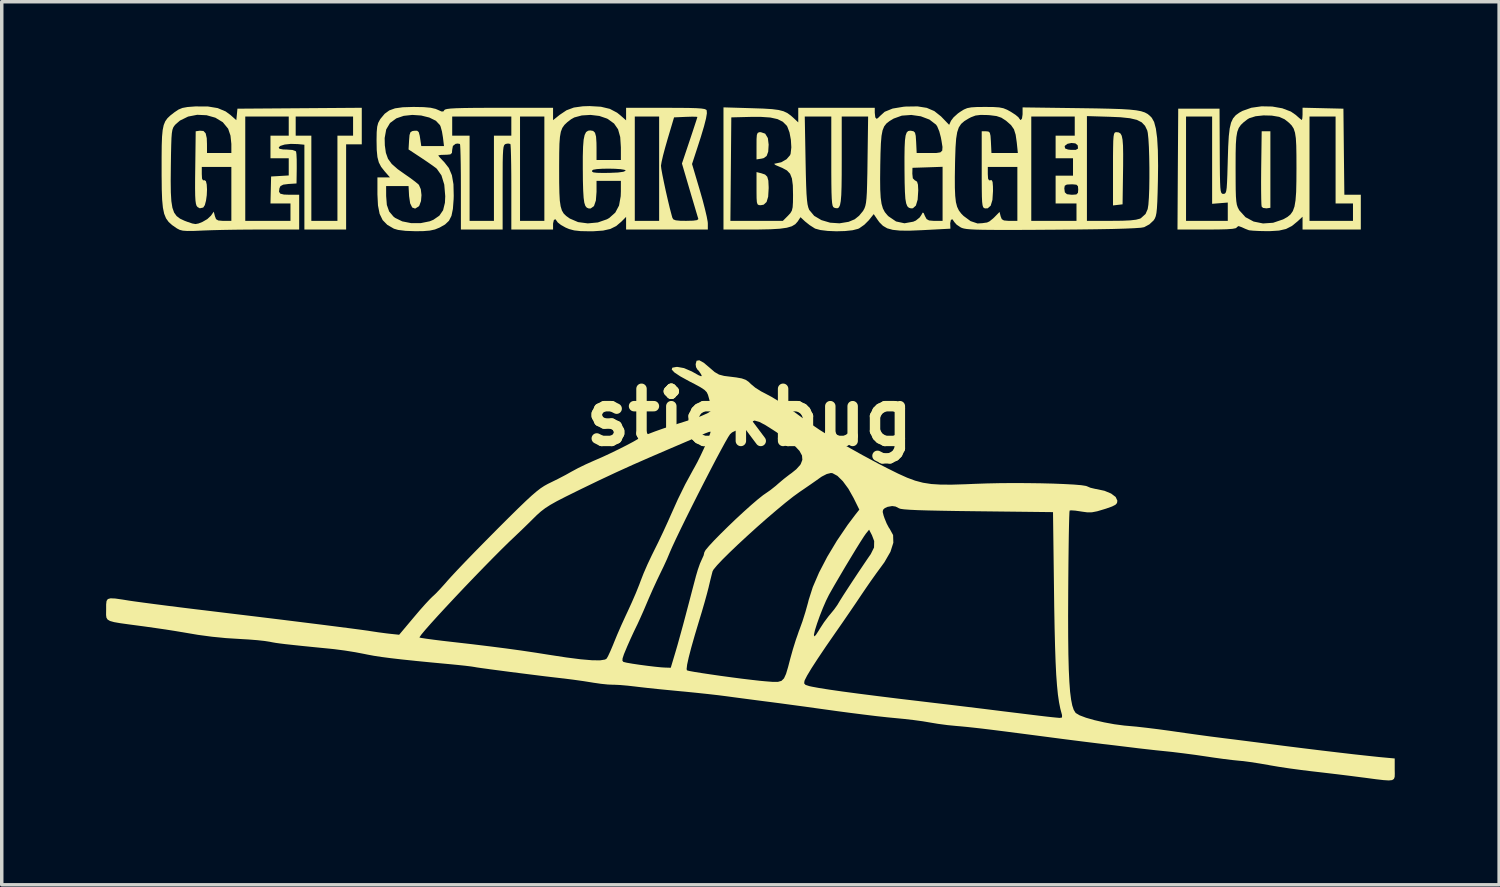
<source format=kicad_pcb>
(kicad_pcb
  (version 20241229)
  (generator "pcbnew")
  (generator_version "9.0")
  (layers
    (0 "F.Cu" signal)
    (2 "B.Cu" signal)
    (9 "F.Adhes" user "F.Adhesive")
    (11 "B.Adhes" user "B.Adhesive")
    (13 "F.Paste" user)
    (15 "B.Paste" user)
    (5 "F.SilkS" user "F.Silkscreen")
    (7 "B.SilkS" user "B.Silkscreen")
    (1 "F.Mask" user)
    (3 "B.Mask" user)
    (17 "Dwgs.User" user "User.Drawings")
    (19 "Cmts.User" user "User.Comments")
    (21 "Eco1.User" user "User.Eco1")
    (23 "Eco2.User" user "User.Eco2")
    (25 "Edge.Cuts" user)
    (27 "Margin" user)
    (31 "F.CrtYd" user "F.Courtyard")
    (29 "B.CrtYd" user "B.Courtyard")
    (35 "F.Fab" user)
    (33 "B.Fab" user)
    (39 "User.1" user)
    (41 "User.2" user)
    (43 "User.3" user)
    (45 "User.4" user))
  (footprint "stickbug"
    (layer "F.Cu")
    (at 18.502 8.95)
    (property "Reference" "stickbug" (at 0 0 0) (layer "F.SilkS") (effects (font (size 1.5 1.5) (thickness 0.3))))
    (attr board_only exclude_from_pos_files exclude_from_bom)
    (fp_poly (pts (xy 0.449 -8.157) (xy 0.526 -8.03) (xy 0.549 -7.841) (xy 0.536 -7.638) (xy 0.491 -7.515) (xy 0.405 -7.453) (xy 0.345 -7.439) (xy 0.2 -7.417) (xy 0.2 -7.809) (xy 0.201 -8.004) (xy 0.21 -8.121) (xy 0.233 -8.178) (xy 0.275 -8.198) (xy 0.323 -8.2)) (stroke (width 0) (type solid)) (fill yes) (layer "F.SilkS"))
    (fp_poly (pts (xy 14.975 -7.125) (xy 14.975 -6.025) (xy 14.862 -6.009) (xy 14.764 -6.022) (xy 14.724 -6.06) (xy 14.717 -6.129) (xy 14.712 -6.281) (xy 14.709 -6.502) (xy 14.708 -6.775) (xy 14.71 -7.084) (xy 14.711 -7.176) (xy 14.725 -8.225) (xy 14.85 -8.225) (xy 14.975 -8.225)) (stroke (width 0) (type solid)) (fill yes) (layer "F.SilkS"))
    (fp_poly (pts (xy 0.338 -7.018) (xy 0.446 -6.981) (xy 0.509 -6.918) (xy 0.54 -6.806) (xy 0.549 -6.622) (xy 0.549 -6.584) (xy 0.535 -6.345) (xy 0.489 -6.192) (xy 0.406 -6.115) (xy 0.323 -6.1) (xy 0.266 -6.103) (xy 0.23 -6.126) (xy 0.21 -6.187) (xy 0.202 -6.305) (xy 0.2 -6.499) (xy 0.2 -6.576) (xy 0.2 -7.052)) (stroke (width 0) (type solid)) (fill yes) (layer "F.SilkS"))
    (fp_poly (pts (xy 10.612 -8.193) (xy 10.664 -8.162) (xy 10.701 -8.096) (xy 10.724 -7.984) (xy 10.738 -7.812) (xy 10.742 -7.568) (xy 10.741 -7.242) (xy 10.739 -7.094) (xy 10.725 -6.125) (xy 10.588 -6.109) (xy 10.45 -6.093) (xy 10.45 -7.147) (xy 10.45 -7.497) (xy 10.453 -7.76) (xy 10.457 -7.947) (xy 10.466 -8.073) (xy 10.48 -8.148) (xy 10.5 -8.186) (xy 10.527 -8.199) (xy 10.544 -8.2)) (stroke (width 0) (type solid)) (fill yes) (layer "F.SilkS"))
    (fp_poly (pts (xy 15.028 -8.937) (xy 15.318 -8.886) (xy 15.565 -8.792) (xy 15.705 -8.695) (xy 15.805 -8.606) (xy 15.87 -8.555) (xy 15.88 -8.55) (xy 15.893 -8.594) (xy 15.897 -8.65) (xy 16.1 -8.65) (xy 16.1 -7.15) (xy 16.1 -5.65) (xy 16.725 -5.65) (xy 17.35 -5.65) (xy 17.35 -5.9) (xy 17.35 -6.15) (xy 17.1 -6.15) (xy 16.85 -6.15) (xy 16.85 -7.4) (xy 16.85 -8.65) (xy 16.475 -8.65) (xy 16.1 -8.65) (xy 15.897 -8.65) (xy 15.9 -8.702) (xy 15.9 -8.727) (xy 15.9 -8.903) (xy 16.488 -8.889) (xy 17.075 -8.875) (xy 17.088 -7.638) (xy 17.102 -6.4) (xy 17.338 -6.4) (xy 17.575 -6.4) (xy 17.575 -5.9) (xy 17.575 -5.4) (xy 16.738 -5.4) (xy 15.9 -5.4) (xy 15.9 -5.584) (xy 15.9 -5.769) (xy 15.762 -5.64) (xy 15.595 -5.503) (xy 15.424 -5.416) (xy 15.222 -5.37) (xy 14.959 -5.354) (xy 14.865 -5.354) (xy 14.658 -5.358) (xy 14.484 -5.367) (xy 14.371 -5.378) (xy 14.35 -5.383) (xy 14.248 -5.423) (xy 14.154 -5.466) (xy 14.06 -5.5) (xy 14.017 -5.473) (xy 14.013 -5.463) (xy 13.977 -5.438) (xy 13.882 -5.42) (xy 13.717 -5.408) (xy 13.472 -5.402) (xy 13.148 -5.4) (xy 12.304 -5.4) (xy 12.314 -7.138) (xy 12.324 -8.65) (xy 12.55 -8.65) (xy 12.55 -7.15) (xy 12.55 -5.65) (xy 13.15 -5.65) (xy 13.75 -5.65) (xy 13.75 -5.913) (xy 13.75 -6.176) (xy 13.525 -6.158) (xy 13.3 -6.14) (xy 13.3 -7.395) (xy 13.3 -8.65) (xy 12.925 -8.65) (xy 12.55 -8.65) (xy 12.324 -8.65) (xy 12.325 -8.875) (xy 12.919 -8.875) (xy 13.513 -8.875) (xy 13.519 -7.65) (xy 13.521 -7.269) (xy 13.524 -6.977) (xy 13.529 -6.761) (xy 13.536 -6.61) (xy 13.547 -6.513) (xy 13.564 -6.458) (xy 13.585 -6.432) (xy 13.614 -6.425) (xy 13.625 -6.425) (xy 13.659 -6.43) (xy 13.685 -6.452) (xy 13.705 -6.505) (xy 13.719 -6.601) (xy 13.729 -6.755) (xy 13.738 -6.978) (xy 13.743 -7.159) (xy 13.975 -7.159) (xy 13.976 -6.81) (xy 13.978 -6.546) (xy 13.984 -6.352) (xy 13.995 -6.213) (xy 14.011 -6.114) (xy 14.036 -6.039) (xy 14.069 -5.975) (xy 14.086 -5.947) (xy 14.26 -5.755) (xy 14.493 -5.63) (xy 14.764 -5.575) (xy 15.054 -5.595) (xy 15.341 -5.692) (xy 15.35 -5.697) (xy 15.466 -5.762) (xy 15.555 -5.836) (xy 15.621 -5.931) (xy 15.668 -6.062) (xy 15.698 -6.241) (xy 15.716 -6.481) (xy 15.723 -6.795) (xy 15.725 -7.159) (xy 15.724 -7.529) (xy 15.719 -7.813) (xy 15.707 -8.027) (xy 15.683 -8.185) (xy 15.644 -8.303) (xy 15.586 -8.394) (xy 15.507 -8.473) (xy 15.402 -8.556) (xy 15.381 -8.572) (xy 15.228 -8.64) (xy 15.015 -8.676) (xy 14.778 -8.682) (xy 14.551 -8.658) (xy 14.37 -8.602) (xy 14.319 -8.572) (xy 14.209 -8.487) (xy 14.126 -8.408) (xy 14.065 -8.32) (xy 14.023 -8.208) (xy 13.997 -8.058) (xy 13.982 -7.855) (xy 13.976 -7.583) (xy 13.975 -7.229) (xy 13.975 -7.159) (xy 13.743 -7.159) (xy 13.747 -7.284) (xy 13.75 -7.4) (xy 13.762 -7.784) (xy 13.779 -8.081) (xy 13.805 -8.306) (xy 13.844 -8.473) (xy 13.901 -8.595) (xy 13.979 -8.687) (xy 14.082 -8.761) (xy 14.175 -8.812) (xy 14.429 -8.902) (xy 14.722 -8.943)) (stroke (width 0) (type solid)) (fill yes) (layer "F.SilkS"))
    (fp_poly (pts (xy -15.577 -8.939) (xy -15.293 -8.892) (xy -15.064 -8.796) (xy -14.928 -8.696) (xy -14.757 -8.545) (xy -14.747 -8.65) (xy -14.5 -8.65) (xy -14.5 -7.15) (xy -14.5 -5.65) (xy -13.85 -5.65) (xy -13.2 -5.65) (xy -13.2 -5.9) (xy -13.2 -6.15) (xy -13.488 -6.15) (xy -13.775 -6.15) (xy -13.766 -6.537) (xy -13.757 -6.925) (xy -13.504 -6.94) (xy -13.25 -6.955) (xy -13.25 -7.203) (xy -13.25 -7.45) (xy -13.512 -7.45) (xy -13.775 -7.45) (xy -13.775 -7.775) (xy -13.775 -8.1) (xy -13.512 -8.1) (xy -13.25 -8.1) (xy -13.25 -8.375) (xy -13.25 -8.65) (xy -13.05 -8.65) (xy -13.05 -8.375) (xy -13.05 -8.1) (xy -12.825 -8.1) (xy -12.6 -8.1) (xy -12.6 -6.875) (xy -12.6 -5.65) (xy -12.225 -5.65) (xy -11.85 -5.65) (xy -11.85 -6.875) (xy -11.85 -8.1) (xy -11.625 -8.1) (xy -11.4 -8.1) (xy -11.4 -8.375) (xy -11.4 -8.65) (xy -12.225 -8.65) (xy -13.05 -8.65) (xy -13.25 -8.65) (xy -13.875 -8.65) (xy -14.5 -8.65) (xy -14.747 -8.65) (xy -14.741 -8.71) (xy -14.725 -8.875) (xy -12.938 -8.888) (xy -11.15 -8.901) (xy -11.15 -8.376) (xy -11.15 -7.85) (xy -11.375 -7.85) (xy -11.6 -7.85) (xy -11.6 -6.625) (xy -11.6 -5.4) (xy -12.2 -5.4) (xy -12.8 -5.4) (xy -12.8 -6.62) (xy -12.8 -7.839) (xy -12.988 -7.857) (xy -13.19 -7.863) (xy -13.367 -7.844) (xy -13.493 -7.805) (xy -13.538 -7.763) (xy -13.517 -7.722) (xy -13.414 -7.703) (xy -13.31 -7.7) (xy -13.143 -7.688) (xy -13.049 -7.653) (xy -13.038 -7.638) (xy -13.028 -7.561) (xy -13.021 -7.413) (xy -13.02 -7.219) (xy -13.02 -7.15) (xy -13.026 -6.725) (xy -13.258 -6.71) (xy -13.408 -6.691) (xy -13.486 -6.651) (xy -13.517 -6.589) (xy -13.53 -6.489) (xy -13.493 -6.432) (xy -13.389 -6.406) (xy -13.222 -6.4) (xy -12.95 -6.4) (xy -12.95 -5.9) (xy -12.95 -5.4) (xy -14.042 -5.4) (xy -14.41 -5.399) (xy -14.788 -5.395) (xy -15.149 -5.389) (xy -15.465 -5.381) (xy -15.712 -5.372) (xy -15.73 -5.371) (xy -15.989 -5.36) (xy -16.17 -5.359) (xy -16.294 -5.368) (xy -16.383 -5.39) (xy -16.457 -5.428) (xy -16.475 -5.439) (xy -16.603 -5.528) (xy -16.703 -5.618) (xy -16.778 -5.722) (xy -16.832 -5.855) (xy -16.868 -6.029) (xy -16.89 -6.258) (xy -16.901 -6.556) (xy -16.903 -6.797) (xy -16.644 -6.797) (xy -16.64 -6.469) (xy -16.625 -6.216) (xy -16.595 -6.027) (xy -16.546 -5.888) (xy -16.474 -5.788) (xy -16.377 -5.714) (xy -16.25 -5.654) (xy -16.166 -5.622) (xy -16.023 -5.574) (xy -15.93 -5.558) (xy -15.845 -5.574) (xy -15.73 -5.62) (xy -15.592 -5.7) (xy -15.488 -5.797) (xy -15.484 -5.802) (xy -15.406 -5.914) (xy -15.372 -5.782) (xy -15.34 -5.699) (xy -15.277 -5.661) (xy -15.152 -5.65) (xy -15.12 -5.65) (xy -14.9 -5.65) (xy -14.9 -6.425) (xy -14.9 -7.2) (xy -15.325 -7.2) (xy -15.75 -7.2) (xy -15.75 -6.995) (xy -15.743 -6.865) (xy -15.715 -6.815) (xy -15.673 -6.819) (xy -15.632 -6.793) (xy -15.608 -6.696) (xy -15.6 -6.552) (xy -15.607 -6.388) (xy -15.629 -6.229) (xy -15.663 -6.102) (xy -15.708 -6.033) (xy -15.807 -6.011) (xy -15.872 -6.047) (xy -15.899 -6.081) (xy -15.918 -6.138) (xy -15.932 -6.234) (xy -15.94 -6.379) (xy -15.943 -6.588) (xy -15.942 -6.874) (xy -15.938 -7.169) (xy -15.925 -8.225) (xy -15.806 -8.242) (xy -15.702 -8.234) (xy -15.639 -8.167) (xy -15.607 -8.027) (xy -15.601 -7.862) (xy -15.6 -7.6) (xy -15.25 -7.6) (xy -14.9 -7.6) (xy -14.9 -7.863) (xy -14.925 -8.101) (xy -14.992 -8.299) (xy -14.993 -8.3) (xy -15.146 -8.486) (xy -15.36 -8.616) (xy -15.613 -8.687) (xy -15.882 -8.699) (xy -16.144 -8.648) (xy -16.378 -8.533) (xy -16.5 -8.428) (xy -16.541 -8.381) (xy -16.572 -8.332) (xy -16.595 -8.266) (xy -16.611 -8.171) (xy -16.622 -8.032) (xy -16.629 -7.834) (xy -16.635 -7.565) (xy -16.64 -7.213) (xy -16.644 -6.797) (xy -16.903 -6.797) (xy -16.905 -6.936) (xy -16.905 -7.078) (xy -16.905 -7.491) (xy -16.902 -7.817) (xy -16.893 -8.069) (xy -16.875 -8.26) (xy -16.845 -8.404) (xy -16.8 -8.513) (xy -16.738 -8.6) (xy -16.656 -8.678) (xy -16.55 -8.761) (xy -16.533 -8.774) (xy -16.421 -8.849) (xy -16.308 -8.896) (xy -16.162 -8.923) (xy -15.951 -8.939) (xy -15.933 -8.94)) (stroke (width 0) (type solid)) (fill yes) (layer "F.SilkS"))
    (fp_poly (pts (xy -4.274 -8.931) (xy -4.018 -8.87) (xy -3.809 -8.76) (xy -3.724 -8.692) (xy -3.55 -8.54) (xy -3.55 -8.65) (xy -3.3 -8.65) (xy -3.3 -7.15) (xy -3.3 -5.65) (xy -2.95 -5.65) (xy -2.6 -5.65) (xy -2.6 -7.15) (xy -2.6 -7.233) (xy -2.547 -7.233) (xy -2.537 -7.143) (xy -2.507 -6.977) (xy -2.463 -6.76) (xy -2.41 -6.513) (xy -2.352 -6.259) (xy -2.295 -6.02) (xy -2.242 -5.819) (xy -2.219 -5.737) (xy -2.19 -5.691) (xy -2.121 -5.665) (xy -1.992 -5.652) (xy -1.823 -5.65) (xy -1.624 -5.655) (xy -1.511 -5.671) (xy -1.473 -5.7) (xy -1.475 -5.713) (xy -1.496 -5.78) (xy -1.539 -5.925) (xy -1.6 -6.131) (xy -1.674 -6.379) (xy -1.72 -6.536) (xy -1.944 -7.298) (xy -1.722 -7.959) (xy -1.642 -8.199) (xy -1.575 -8.403) (xy -1.526 -8.552) (xy -1.502 -8.631) (xy -1.5 -8.638) (xy -1.546 -8.644) (xy -1.665 -8.645) (xy -1.833 -8.64) (xy -1.835 -8.64) (xy -2.171 -8.625) (xy -2.357 -8) (xy -2.428 -7.752) (xy -2.488 -7.527) (xy -2.529 -7.348) (xy -2.547 -7.239) (xy -2.547 -7.233) (xy -2.6 -7.233) (xy -2.6 -8.65) (xy -2.95 -8.65) (xy -3.3 -8.65) (xy -3.55 -8.65) (xy -3.55 -8.72) (xy -3.55 -8.9) (xy -2.405 -8.9) (xy -2.03 -8.899) (xy -1.743 -8.896) (xy -1.533 -8.89) (xy -1.388 -8.88) (xy -1.297 -8.866) (xy -1.249 -8.846) (xy -1.233 -8.827) (xy -1.227 -8.743) (xy -1.252 -8.593) (xy -1.309 -8.37) (xy -1.4 -8.065) (xy -1.5 -7.755) (xy -1.654 -7.284) (xy -1.427 -6.518) (xy -1.348 -6.242) (xy -1.282 -5.987) (xy -1.232 -5.774) (xy -1.204 -5.623) (xy -1.2 -5.576) (xy -1.2 -5.4) (xy -2.375 -5.4) (xy -3.55 -5.4) (xy -3.55 -5.582) (xy -3.55 -5.764) (xy -3.688 -5.625) (xy -3.836 -5.5) (xy -4.003 -5.417) (xy -4.212 -5.37) (xy -4.488 -5.351) (xy -4.608 -5.35) (xy -4.859 -5.355) (xy -5.042 -5.375) (xy -5.188 -5.414) (xy -5.288 -5.456) (xy -5.423 -5.532) (xy -5.515 -5.604) (xy -5.534 -5.631) (xy -5.582 -5.697) (xy -5.626 -5.676) (xy -5.649 -5.579) (xy -5.65 -5.55) (xy -5.65 -5.4) (xy -6.25 -5.4) (xy -6.85 -5.4) (xy -6.85 -6.617) (xy -6.851 -6.955) (xy -6.854 -7.26) (xy -6.859 -7.517) (xy -6.865 -7.712) (xy -6.872 -7.831) (xy -6.878 -7.861) (xy -6.943 -7.873) (xy -7.003 -7.864) (xy -7.033 -7.851) (xy -7.056 -7.824) (xy -7.074 -7.771) (xy -7.085 -7.679) (xy -7.093 -7.536) (xy -7.098 -7.331) (xy -7.099 -7.052) (xy -7.1 -6.686) (xy -7.1 -6.619) (xy -7.1 -5.4) (xy -7.7 -5.4) (xy -8.3 -5.4) (xy -8.3 -6.617) (xy -8.301 -6.955) (xy -8.304 -7.26) (xy -8.309 -7.517) (xy -8.315 -7.712) (xy -8.322 -7.831) (xy -8.328 -7.861) (xy -8.393 -7.873) (xy -8.453 -7.864) (xy -8.53 -7.804) (xy -8.55 -7.694) (xy -8.558 -7.602) (xy -8.603 -7.561) (xy -8.712 -7.55) (xy -8.75 -7.55) (xy -8.875 -7.546) (xy -8.945 -7.534) (xy -8.95 -7.53) (xy -8.918 -7.486) (xy -8.836 -7.397) (xy -8.779 -7.339) (xy -8.646 -7.169) (xy -8.559 -6.963) (xy -8.514 -6.703) (xy -8.506 -6.371) (xy -8.509 -6.27) (xy -8.53 -5.993) (xy -8.571 -5.794) (xy -8.643 -5.652) (xy -8.756 -5.545) (xy -8.913 -5.456) (xy -9.046 -5.402) (xy -9.193 -5.37) (xy -9.382 -5.355) (xy -9.603 -5.352) (xy -9.888 -5.362) (xy -10.105 -5.389) (xy -10.225 -5.424) (xy -10.416 -5.535) (xy -10.55 -5.672) (xy -10.637 -5.852) (xy -10.684 -6.092) (xy -10.7 -6.411) (xy -10.7 -6.448) (xy -10.7 -6.9) (xy -10.52 -6.9) (xy -10.34 -6.9) (xy -10.494 -7.076) (xy -10.594 -7.203) (xy -10.66 -7.33) (xy -10.7 -7.483) (xy -10.72 -7.686) (xy -10.725 -7.962) (xy -10.725 -7.975) (xy -10.724 -8.031) (xy -10.492 -8.031) (xy -10.487 -7.821) (xy -10.457 -7.606) (xy -10.396 -7.435) (xy -10.288 -7.286) (xy -10.117 -7.136) (xy -9.928 -7.002) (xy -9.756 -6.882) (xy -9.613 -6.775) (xy -9.522 -6.699) (xy -9.507 -6.684) (xy -9.453 -6.56) (xy -9.433 -6.391) (xy -9.447 -6.22) (xy -9.495 -6.088) (xy -9.513 -6.065) (xy -9.616 -6.002) (xy -9.7 -6.034) (xy -9.759 -6.154) (xy -9.789 -6.358) (xy -9.79 -6.368) (xy -9.805 -6.65) (xy -10.127 -6.65) (xy -10.45 -6.65) (xy -10.449 -6.362) (xy -10.429 -6.107) (xy -10.363 -5.92) (xy -10.24 -5.774) (xy -10.191 -5.735) (xy -9.986 -5.635) (xy -9.728 -5.584) (xy -9.453 -5.585) (xy -9.196 -5.637) (xy -9.092 -5.68) (xy -8.919 -5.799) (xy -8.812 -5.955) (xy -8.759 -6.17) (xy -8.75 -6.358) (xy -8.778 -6.692) (xy -8.859 -6.957) (xy -8.991 -7.145) (xy -9.014 -7.166) (xy -9.109 -7.236) (xy -9.258 -7.34) (xy -9.433 -7.458) (xy -9.465 -7.479) (xy -9.805 -7.703) (xy -9.79 -7.964) (xy -9.777 -8.117) (xy -9.75 -8.198) (xy -9.697 -8.231) (xy -9.641 -8.24) (xy -9.558 -8.241) (xy -9.512 -8.202) (xy -9.484 -8.098) (xy -9.473 -8.028) (xy -9.439 -7.8) (xy -9.112 -7.8) (xy -8.786 -7.8) (xy -8.816 -8.049) (xy -8.844 -8.218) (xy -8.883 -8.36) (xy -8.902 -8.403) (xy -9.02 -8.528) (xy -9.209 -8.621) (xy -9.327 -8.65) (xy -8.55 -8.65) (xy -8.55 -8.375) (xy -8.55 -8.1) (xy -8.3 -8.1) (xy -8.05 -8.1) (xy -8.05 -6.875) (xy -8.05 -5.65) (xy -7.7 -5.65) (xy -7.35 -5.65) (xy -7.35 -6.875) (xy -7.35 -8.1) (xy -7.1 -8.1) (xy -6.85 -8.1) (xy -6.85 -8.375) (xy -6.85 -8.65) (xy -6.6 -8.65) (xy -6.6 -7.15) (xy -6.6 -5.65) (xy -6.25 -5.65) (xy -5.9 -5.65) (xy -5.9 -7.131) (xy -5.475 -7.131) (xy -5.474 -6.75) (xy -5.468 -6.455) (xy -5.456 -6.232) (xy -5.432 -6.068) (xy -5.396 -5.948) (xy -5.344 -5.86) (xy -5.272 -5.79) (xy -5.178 -5.723) (xy -5.17 -5.717) (xy -4.931 -5.614) (xy -4.651 -5.577) (xy -4.362 -5.604) (xy -4.1 -5.695) (xy -4.034 -5.733) (xy -3.861 -5.887) (xy -3.753 -6.09) (xy -3.705 -6.359) (xy -3.7 -6.498) (xy -3.7 -6.8) (xy -4.05 -6.8) (xy -4.4 -6.8) (xy -4.4 -6.485) (xy -4.419 -6.234) (xy -4.474 -6.074) (xy -4.567 -6.007) (xy -4.626 -6.007) (xy -4.68 -6.029) (xy -4.721 -6.079) (xy -4.751 -6.17) (xy -4.771 -6.313) (xy -4.784 -6.522) (xy -4.792 -6.807) (xy -4.794 -7.067) (xy -4.53 -7.067) (xy -4.489 -7.043) (xy -4.385 -7.031) (xy -4.205 -7.027) (xy -4.01 -7.03) (xy -3.783 -7.04) (xy -3.629 -7.061) (xy -3.562 -7.091) (xy -3.56 -7.094) (xy -3.597 -7.118) (xy -3.708 -7.136) (xy -3.868 -7.147) (xy -4.052 -7.151) (xy -4.235 -7.148) (xy -4.391 -7.138) (xy -4.495 -7.12) (xy -4.522 -7.104) (xy -4.53 -7.067) (xy -4.794 -7.067) (xy -4.795 -7.134) (xy -4.795 -7.502) (xy -4.787 -7.781) (xy -4.771 -7.983) (xy -4.742 -8.119) (xy -4.701 -8.202) (xy -4.643 -8.241) (xy -4.582 -8.25) (xy -4.498 -8.236) (xy -4.444 -8.183) (xy -4.414 -8.074) (xy -4.402 -7.893) (xy -4.4 -7.746) (xy -4.4 -7.4) (xy -4.05 -7.4) (xy -3.7 -7.4) (xy -3.7 -7.763) (xy -3.719 -8.06) (xy -3.781 -8.282) (xy -3.896 -8.448) (xy -4.072 -8.576) (xy -4.1 -8.591) (xy -4.319 -8.666) (xy -4.572 -8.696) (xy -4.823 -8.681) (xy -5.039 -8.623) (xy -5.133 -8.57) (xy -5.241 -8.487) (xy -5.323 -8.409) (xy -5.384 -8.322) (xy -5.426 -8.212) (xy -5.452 -8.065) (xy -5.467 -7.864) (xy -5.473 -7.597) (xy -5.475 -7.249) (xy -5.475 -7.131) (xy -5.9 -7.131) (xy -5.9 -7.15) (xy -5.9 -8.65) (xy -6.25 -8.65) (xy -6.6 -8.65) (xy -6.85 -8.65) (xy -7.7 -8.65) (xy -8.55 -8.65) (xy -9.327 -8.65) (xy -9.443 -8.679) (xy -9.697 -8.696) (xy -9.944 -8.669) (xy -10.156 -8.597) (xy -10.337 -8.464) (xy -10.447 -8.279) (xy -10.492 -8.031) (xy -10.724 -8.031) (xy -10.721 -8.202) (xy -10.707 -8.356) (xy -10.678 -8.466) (xy -10.628 -8.559) (xy -10.608 -8.589) (xy -10.491 -8.729) (xy -10.36 -8.825) (xy -10.194 -8.885) (xy -9.971 -8.916) (xy -9.672 -8.925) (xy -9.65 -8.925) (xy -9.37 -8.92) (xy -9.169 -8.902) (xy -9.027 -8.869) (xy -8.966 -8.843) (xy -8.855 -8.794) (xy -8.801 -8.797) (xy -8.78 -8.83) (xy -8.757 -8.85) (xy -8.699 -8.866) (xy -8.596 -8.879) (xy -8.439 -8.888) (xy -8.218 -8.894) (xy -7.924 -8.898) (xy -7.546 -8.9) (xy -7.202 -8.9) (xy -5.65 -8.9) (xy -5.65 -8.723) (xy -5.65 -8.545) (xy -5.459 -8.698) (xy -5.264 -8.829) (xy -5.052 -8.908) (xy -4.793 -8.944) (xy -4.6 -8.95)) (stroke (width 0) (type solid)) (fill yes) (layer "F.SilkS"))
    (fp_poly (pts (xy 5.095 -8.899) (xy 5.312 -8.806) (xy 5.505 -8.653) (xy 5.532 -8.625) (xy 5.739 -8.41) (xy 5.792 -8.528) (xy 5.865 -8.625) (xy 5.989 -8.737) (xy 6.057 -8.785) (xy 6.161 -8.85) (xy 6.258 -8.891) (xy 6.374 -8.913) (xy 6.537 -8.923) (xy 6.771 -8.925) (xy 7.009 -8.923) (xy 7.175 -8.912) (xy 7.298 -8.888) (xy 7.406 -8.844) (xy 7.513 -8.785) (xy 7.644 -8.7) (xy 7.73 -8.629) (xy 7.75 -8.598) (xy 7.788 -8.551) (xy 7.8 -8.55) (xy 7.833 -8.594) (xy 7.841 -8.65) (xy 8.1 -8.65) (xy 8.1 -7.15) (xy 8.1 -5.65) (xy 8.75 -5.65) (xy 9.4 -5.65) (xy 9.4 -5.9) (xy 9.4 -6.15) (xy 9.1 -6.15) (xy 8.8 -6.15) (xy 8.8 -6.55) (xy 8.8 -6.583) (xy 9.05 -6.583) (xy 9.065 -6.47) (xy 9.126 -6.416) (xy 9.258 -6.4) (xy 9.283 -6.4) (xy 9.397 -6.409) (xy 9.442 -6.456) (xy 9.45 -6.55) (xy 9.442 -6.646) (xy 9.399 -6.689) (xy 9.293 -6.7) (xy 9.25 -6.7) (xy 9.121 -6.693) (xy 9.063 -6.66) (xy 9.05 -6.586) (xy 9.05 -6.583) (xy 8.8 -6.583) (xy 8.8 -6.95) (xy 9.05 -6.95) (xy 9.3 -6.95) (xy 9.3 -7.2) (xy 9.3 -7.45) (xy 9.05 -7.45) (xy 8.8 -7.45) (xy 8.8 -7.775) (xy 8.8 -7.789) (xy 9.06 -7.789) (xy 9.074 -7.731) (xy 9.157 -7.7) (xy 9.234 -7.691) (xy 9.381 -7.691) (xy 9.444 -7.729) (xy 9.436 -7.813) (xy 9.431 -7.826) (xy 9.366 -7.878) (xy 9.254 -7.889) (xy 9.14 -7.865) (xy 9.067 -7.809) (xy 9.06 -7.789) (xy 8.8 -7.789) (xy 8.8 -8.1) (xy 9.075 -8.1) (xy 9.35 -8.1) (xy 9.35 -8.375) (xy 9.35 -8.65) (xy 8.725 -8.65) (xy 8.1 -8.65) (xy 7.841 -8.65) (xy 7.843 -8.662) (xy 9.7 -8.662) (xy 9.7 -7.156) (xy 9.7 -5.65) (xy 10.402 -5.65) (xy 10.718 -5.653) (xy 10.95 -5.664) (xy 11.112 -5.683) (xy 11.222 -5.712) (xy 11.25 -5.725) (xy 11.386 -5.848) (xy 11.447 -5.988) (xy 11.467 -6.114) (xy 11.482 -6.317) (xy 11.492 -6.577) (xy 11.496 -6.872) (xy 11.496 -7.183) (xy 11.491 -7.49) (xy 11.482 -7.772) (xy 11.468 -8.008) (xy 11.45 -8.179) (xy 11.435 -8.248) (xy 11.371 -8.382) (xy 11.276 -8.482) (xy 11.137 -8.553) (xy 10.938 -8.6) (xy 10.666 -8.629) (xy 10.363 -8.642) (xy 9.7 -8.662) (xy 7.843 -8.662) (xy 7.849 -8.703) (xy 7.85 -8.731) (xy 7.85 -8.912) (xy 9.488 -8.89) (xy 9.97 -8.883) (xy 10.363 -8.874) (xy 10.678 -8.864) (xy 10.924 -8.849) (xy 11.114 -8.829) (xy 11.257 -8.802) (xy 11.364 -8.767) (xy 11.446 -8.723) (xy 11.513 -8.667) (xy 11.565 -8.613) (xy 11.632 -8.493) (xy 11.683 -8.301) (xy 11.719 -8.031) (xy 11.74 -7.676) (xy 11.746 -7.233) (xy 11.741 -6.812) (xy 11.733 -6.465) (xy 11.724 -6.204) (xy 11.713 -6.013) (xy 11.699 -5.878) (xy 11.679 -5.784) (xy 11.653 -5.718) (xy 11.618 -5.663) (xy 11.617 -5.662) (xy 11.496 -5.549) (xy 11.347 -5.469) (xy 11.345 -5.468) (xy 11.252 -5.452) (xy 11.068 -5.439) (xy 10.794 -5.427) (xy 10.425 -5.416) (xy 9.962 -5.408) (xy 9.403 -5.401) (xy 8.745 -5.395) (xy 8.7 -5.395) (xy 8.134 -5.391) (xy 7.658 -5.389) (xy 7.266 -5.389) (xy 6.948 -5.39) (xy 6.695 -5.393) (xy 6.498 -5.398) (xy 6.35 -5.406) (xy 6.242 -5.416) (xy 6.164 -5.429) (xy 6.108 -5.445) (xy 6.069 -5.463) (xy 5.954 -5.54) (xy 5.886 -5.617) (xy 5.883 -5.623) (xy 5.833 -5.695) (xy 5.789 -5.678) (xy 5.769 -5.582) (xy 5.77 -5.562) (xy 5.775 -5.425) (xy 4.981 -5.383) (xy 4.615 -5.368) (xy 4.333 -5.369) (xy 4.119 -5.391) (xy 3.958 -5.435) (xy 3.835 -5.507) (xy 3.734 -5.608) (xy 3.68 -5.682) (xy 3.57 -5.844) (xy 3.429 -5.667) (xy 3.3 -5.538) (xy 3.156 -5.437) (xy 3.12 -5.42) (xy 2.963 -5.38) (xy 2.745 -5.357) (xy 2.497 -5.35) (xy 2.25 -5.36) (xy 2.036 -5.386) (xy 1.886 -5.427) (xy 1.875 -5.433) (xy 1.728 -5.527) (xy 1.595 -5.633) (xy 1.465 -5.755) (xy 1.383 -5.63) (xy 1.314 -5.553) (xy 1.215 -5.494) (xy 1.072 -5.452) (xy 0.873 -5.424) (xy 0.604 -5.408) (xy 0.253 -5.401) (xy 0.087 -5.4) (xy -0.75 -5.4) (xy -0.75 -5.65) (xy -0.551 -5.65) (xy 0.203 -5.65) (xy 0.958 -5.65) (xy 1.104 -5.796) (xy 1.173 -5.871) (xy 1.216 -5.944) (xy 1.239 -6.041) (xy 1.248 -6.187) (xy 1.25 -6.394) (xy 1.244 -6.671) (xy 1.218 -6.868) (xy 1.165 -7.004) (xy 1.075 -7.099) (xy 0.939 -7.173) (xy 0.88 -7.197) (xy 0.745 -7.255) (xy 0.705 -7.289) (xy 0.74 -7.297) (xy 0.91 -7.334) (xy 1.063 -7.421) (xy 1.164 -7.537) (xy 1.18 -7.578) (xy 1.201 -7.763) (xy 1.188 -7.982) (xy 1.148 -8.194) (xy 1.086 -8.358) (xy 1.066 -8.39) (xy 0.956 -8.499) (xy 0.805 -8.575) (xy 0.598 -8.621) (xy 0.32 -8.64) (xy 0.029 -8.639) (xy -0.525 -8.625) (xy -0.538 -7.138) (xy -0.551 -5.65) (xy -0.75 -5.65) (xy -0.75 -7.157) (xy -0.75 -8.913) (xy 0.064 -8.889) (xy 0.397 -8.878) (xy 0.648 -8.862) (xy 0.834 -8.838) (xy 0.974 -8.802) (xy 1.086 -8.75) (xy 1.186 -8.677) (xy 1.262 -8.61) (xy 1.4 -8.481) (xy 1.4 -8.65) (xy 1.587 -8.65) (xy 1.61 -7.388) (xy 1.618 -6.985) (xy 1.627 -6.67) (xy 1.637 -6.43) (xy 1.651 -6.252) (xy 1.667 -6.124) (xy 1.689 -6.033) (xy 1.715 -5.966) (xy 1.717 -5.963) (xy 1.858 -5.794) (xy 2.066 -5.671) (xy 2.317 -5.597) (xy 2.586 -5.579) (xy 2.848 -5.622) (xy 3.023 -5.695) (xy 3.149 -5.796) (xy 3.262 -5.933) (xy 3.273 -5.952) (xy 3.305 -6.012) (xy 3.329 -6.081) (xy 3.348 -6.172) (xy 3.362 -6.299) (xy 3.373 -6.473) (xy 3.38 -6.709) (xy 3.383 -6.858) (xy 3.754 -6.858) (xy 3.757 -6.552) (xy 3.77 -6.317) (xy 3.795 -6.14) (xy 3.834 -6.006) (xy 3.89 -5.9) (xy 3.965 -5.81) (xy 3.995 -5.78) (xy 4.213 -5.632) (xy 4.454 -5.58) (xy 4.707 -5.626) (xy 4.782 -5.659) (xy 4.89 -5.746) (xy 4.939 -5.818) (xy 4.977 -5.887) (xy 5.005 -5.876) (xy 5.043 -5.787) (xy 5.09 -5.701) (xy 5.161 -5.661) (xy 5.291 -5.65) (xy 5.324 -5.65) (xy 5.55 -5.65) (xy 5.55 -6.427) (xy 5.55 -6.91) (xy 5.902 -6.91) (xy 5.903 -6.602) (xy 5.913 -6.367) (xy 5.933 -6.189) (xy 5.968 -6.054) (xy 6.018 -5.949) (xy 6.086 -5.859) (xy 6.153 -5.791) (xy 6.355 -5.642) (xy 6.555 -5.575) (xy 6.692 -5.583) (xy 6.802 -5.599) (xy 6.823 -5.6) (xy 6.896 -5.633) (xy 7 -5.717) (xy 7.038 -5.753) (xy 7.188 -5.906) (xy 7.22 -5.778) (xy 7.252 -5.698) (xy 7.315 -5.661) (xy 7.441 -5.65) (xy 7.476 -5.65) (xy 7.7 -5.65) (xy 7.7 -6.425) (xy 7.7 -7.2) (xy 7.275 -7.2) (xy 6.85 -7.2) (xy 6.85 -6.995) (xy 6.858 -6.864) (xy 6.886 -6.814) (xy 6.925 -6.818) (xy 6.965 -6.818) (xy 6.988 -6.765) (xy 6.998 -6.643) (xy 7 -6.508) (xy 6.983 -6.251) (xy 6.933 -6.086) (xy 6.847 -6.01) (xy 6.772 -6.008) (xy 6.74 -6.019) (xy 6.716 -6.045) (xy 6.699 -6.101) (xy 6.687 -6.197) (xy 6.68 -6.347) (xy 6.677 -6.563) (xy 6.675 -6.857) (xy 6.675 -7.126) (xy 6.675 -8.225) (xy 6.8 -8.225) (xy 6.869 -8.218) (xy 6.908 -8.183) (xy 6.928 -8.095) (xy 6.939 -7.933) (xy 6.94 -7.912) (xy 6.955 -7.6) (xy 7.335 -7.6) (xy 7.714 -7.6) (xy 7.683 -7.902) (xy 7.651 -8.126) (xy 7.602 -8.282) (xy 7.518 -8.403) (xy 7.384 -8.521) (xy 7.367 -8.534) (xy 7.24 -8.616) (xy 7.101 -8.663) (xy 6.913 -8.687) (xy 6.847 -8.692) (xy 6.643 -8.696) (xy 6.497 -8.678) (xy 6.367 -8.629) (xy 6.299 -8.593) (xy 6.176 -8.518) (xy 6.083 -8.437) (xy 6.016 -8.335) (xy 5.97 -8.199) (xy 5.94 -8.013) (xy 5.922 -7.761) (xy 5.911 -7.429) (xy 5.908 -7.303) (xy 5.902 -6.91) (xy 5.55 -6.91) (xy 5.55 -7.204) (xy 5.117 -7.189) (xy 4.684 -7.175) (xy 4.68 -7.005) (xy 4.694 -6.873) (xy 4.753 -6.814) (xy 4.762 -6.811) (xy 4.816 -6.776) (xy 4.842 -6.69) (xy 4.85 -6.529) (xy 4.85 -6.522) (xy 4.833 -6.259) (xy 4.782 -6.089) (xy 4.697 -6.012) (xy 4.639 -6.009) (xy 4.58 -6.027) (xy 4.535 -6.071) (xy 4.503 -6.153) (xy 4.48 -6.285) (xy 4.467 -6.48) (xy 4.459 -6.75) (xy 4.455 -7.106) (xy 4.454 -7.477) (xy 4.458 -7.759) (xy 4.468 -7.964) (xy 4.487 -8.103) (xy 4.517 -8.188) (xy 4.558 -8.231) (xy 4.614 -8.242) (xy 4.644 -8.24) (xy 4.716 -8.225) (xy 4.757 -8.184) (xy 4.778 -8.094) (xy 4.789 -7.929) (xy 4.79 -7.912) (xy 4.805 -7.6) (xy 5.177 -7.6) (xy 5.369 -7.601) (xy 5.486 -7.619) (xy 5.54 -7.67) (xy 5.547 -7.774) (xy 5.519 -7.951) (xy 5.5 -8.052) (xy 5.455 -8.223) (xy 5.396 -8.365) (xy 5.362 -8.416) (xy 5.172 -8.562) (xy 4.924 -8.656) (xy 4.65 -8.695) (xy 4.378 -8.675) (xy 4.144 -8.591) (xy 4.026 -8.52) (xy 3.936 -8.45) (xy 3.87 -8.365) (xy 3.824 -8.251) (xy 3.794 -8.094) (xy 3.776 -7.878) (xy 3.765 -7.591) (xy 3.758 -7.25) (xy 3.754 -6.858) (xy 3.383 -6.858) (xy 3.387 -7.02) (xy 3.392 -7.388) (xy 3.409 -8.65) (xy 3.029 -8.65) (xy 2.65 -8.65) (xy 2.65 -7.381) (xy 2.649 -6.965) (xy 2.645 -6.639) (xy 2.637 -6.393) (xy 2.622 -6.217) (xy 2.6 -6.102) (xy 2.568 -6.036) (xy 2.525 -6.011) (xy 2.47 -6.017) (xy 2.431 -6.029) (xy 2.406 -6.048) (xy 2.387 -6.09) (xy 2.373 -6.167) (xy 2.363 -6.29) (xy 2.356 -6.47) (xy 2.352 -6.72) (xy 2.35 -7.049) (xy 2.35 -7.355) (xy 2.35 -8.65) (xy 1.969 -8.65) (xy 1.587 -8.65) (xy 1.4 -8.65) (xy 1.4 -8.691) (xy 1.4 -8.9) (xy 2.5 -8.9) (xy 3.6 -8.9) (xy 3.6 -8.758) (xy 3.615 -8.624) (xy 3.657 -8.581) (xy 3.724 -8.634) (xy 3.736 -8.651) (xy 3.885 -8.786) (xy 4.114 -8.879) (xy 4.429 -8.931) (xy 4.495 -8.936) (xy 4.83 -8.941)) (stroke (width 0) (type solid)) (fill yes) (layer "F.SilkS"))
    (fp_poly (pts (xy -1.317 -1.57) (xy -1.15 -1.429) (xy -1.003 -1.302) (xy -0.879 -1.23) (xy -0.735 -1.192) (xy -0.619 -1.177) (xy -0.384 -1.148) (xy -0.223 -1.119) (xy -0.113 -1.08) (xy -0.028 -1.023) (xy 0.042 -0.955) (xy 0.163 -0.854) (xy 0.332 -0.747) (xy 0.45 -0.686) (xy 0.63 -0.59) (xy 0.845 -0.461) (xy 1.049 -0.324) (xy 1.06 -0.316) (xy 1.277 -0.16) (xy 1.522 0.017) (xy 1.735 0.17) (xy 2.02 0.364) (xy 2.379 0.588) (xy 2.793 0.832) (xy 3.243 1.084) (xy 3.713 1.336) (xy 3.972 1.469) (xy 4.272 1.618) (xy 4.528 1.734) (xy 4.76 1.82) (xy 4.987 1.88) (xy 5.227 1.917) (xy 5.499 1.934) (xy 5.822 1.935) (xy 6.216 1.923) (xy 6.476 1.912) (xy 6.821 1.9) (xy 7.196 1.892) (xy 7.588 1.889) (xy 7.984 1.891) (xy 8.37 1.896) (xy 8.732 1.905) (xy 9.057 1.918) (xy 9.332 1.933) (xy 9.542 1.951) (xy 9.674 1.972) (xy 9.711 1.986) (xy 9.8 2.024) (xy 9.939 2.057) (xy 9.975 2.062) (xy 10.206 2.112) (xy 10.396 2.191) (xy 10.526 2.289) (xy 10.575 2.395) (xy 10.575 2.398) (xy 10.565 2.464) (xy 10.52 2.514) (xy 10.423 2.563) (xy 10.254 2.623) (xy 10.2 2.64) (xy 9.995 2.701) (xy 9.844 2.73) (xy 9.707 2.731) (xy 9.544 2.709) (xy 9.528 2.706) (xy 9.366 2.682) (xy 9.248 2.674) (xy 9.203 2.68) (xy 9.197 2.734) (xy 9.191 2.879) (xy 9.185 3.103) (xy 9.179 3.397) (xy 9.174 3.751) (xy 9.169 4.155) (xy 9.165 4.599) (xy 9.162 5.02) (xy 9.159 5.71) (xy 9.161 6.307) (xy 9.167 6.817) (xy 9.178 7.246) (xy 9.195 7.601) (xy 9.216 7.888) (xy 9.245 8.114) (xy 9.279 8.285) (xy 9.32 8.408) (xy 9.369 8.489) (xy 9.382 8.503) (xy 9.489 8.567) (xy 9.674 8.637) (xy 9.916 8.706) (xy 10.195 8.77) (xy 10.488 8.824) (xy 10.775 8.862) (xy 10.9 8.873) (xy 11.124 8.893) (xy 11.414 8.926) (xy 11.738 8.966) (xy 12.064 9.01) (xy 12.175 9.026) (xy 12.516 9.075) (xy 12.888 9.127) (xy 13.25 9.176) (xy 13.564 9.216) (xy 13.625 9.224) (xy 13.942 9.263) (xy 14.294 9.308) (xy 14.631 9.351) (xy 14.85 9.379) (xy 15.378 9.447) (xy 15.913 9.514) (xy 16.437 9.578) (xy 16.935 9.637) (xy 17.389 9.69) (xy 17.785 9.733) (xy 18.105 9.767) (xy 18.212 9.777) (xy 18.55 9.808) (xy 18.55 10.129) (xy 18.552 10.249) (xy 18.549 10.338) (xy 18.527 10.397) (xy 18.475 10.43) (xy 18.379 10.44) (xy 18.226 10.43) (xy 18.002 10.404) (xy 17.696 10.363) (xy 17.6 10.351) (xy 17.282 10.31) (xy 16.91 10.264) (xy 16.53 10.219) (xy 16.186 10.179) (xy 16.175 10.178) (xy 15.858 10.139) (xy 15.525 10.094) (xy 15.213 10.047) (xy 14.959 10.004) (xy 14.925 9.997) (xy 14.663 9.952) (xy 14.391 9.91) (xy 14.153 9.88) (xy 14.075 9.873) (xy 13.879 9.853) (xy 13.621 9.821) (xy 13.339 9.782) (xy 13.125 9.75) (xy 12.817 9.705) (xy 12.474 9.66) (xy 12.147 9.62) (xy 11.975 9.602) (xy 11.7 9.574) (xy 11.414 9.542) (xy 11.161 9.513) (xy 11.05 9.499) (xy 10.819 9.471) (xy 10.54 9.437) (xy 10.265 9.404) (xy 10.2 9.397) (xy 9.987 9.371) (xy 9.703 9.336) (xy 9.378 9.295) (xy 9.039 9.252) (xy 8.825 9.224) (xy 8.237 9.147) (xy 7.738 9.082) (xy 7.319 9.028) (xy 6.97 8.984) (xy 6.682 8.949) (xy 6.443 8.922) (xy 6.246 8.901) (xy 6.079 8.885) (xy 5.95 8.874) (xy 5.694 8.849) (xy 5.421 8.813) (xy 5.187 8.774) (xy 5.175 8.772) (xy 4.981 8.739) (xy 4.723 8.704) (xy 4.438 8.671) (xy 4.2 8.648) (xy 3.963 8.625) (xy 3.652 8.591) (xy 3.291 8.547) (xy 2.904 8.498) (xy 2.518 8.447) (xy 2.375 8.427) (xy 1.992 8.374) (xy 1.599 8.319) (xy 1.219 8.268) (xy 0.88 8.222) (xy 0.604 8.186) (xy 0.525 8.176) (xy 0.215 8.136) (xy -0.12 8.092) (xy -0.437 8.05) (xy -0.65 8.021) (xy -0.892 7.99) (xy -1.2 7.955) (xy -1.54 7.919) (xy -1.878 7.885) (xy -2 7.874) (xy -2.32 7.843) (xy -2.647 7.811) (xy -2.948 7.779) (xy -3.194 7.751) (xy -3.275 7.741) (xy -3.504 7.715) (xy -3.721 7.696) (xy -3.888 7.688) (xy -3.925 7.688) (xy -4.073 7.682) (xy -4.277 7.661) (xy -4.357 7.649) (xy 1.57 7.649) (xy 1.609 7.692) (xy 1.716 7.727) (xy 1.793 7.744) (xy 1.994 7.781) (xy 2.289 7.828) (xy 2.672 7.883) (xy 3.137 7.945) (xy 3.679 8.014) (xy 4.292 8.09) (xy 4.8 8.15) (xy 5.242 8.203) (xy 5.733 8.261) (xy 6.238 8.322) (xy 6.724 8.381) (xy 7.157 8.435) (xy 7.3 8.453) (xy 7.718 8.504) (xy 8.051 8.545) (xy 8.313 8.577) (xy 8.517 8.601) (xy 8.677 8.619) (xy 8.808 8.632) (xy 8.918 8.642) (xy 8.984 8.63) (xy 8.984 8.559) (xy 8.978 8.537) (xy 8.935 8.376) (xy 8.898 8.19) (xy 8.866 7.971) (xy 8.84 7.71) (xy 8.817 7.398) (xy 8.799 7.027) (xy 8.784 6.587) (xy 8.771 6.069) (xy 8.76 5.466) (xy 8.755 5.075) (xy 8.725 2.725) (xy 6.54 2.7) (xy 5.98 2.693) (xy 5.514 2.685) (xy 5.134 2.677) (xy 4.833 2.668) (xy 4.606 2.657) (xy 4.445 2.645) (xy 4.344 2.631) (xy 4.296 2.615) (xy 4.292 2.612) (xy 4.197 2.564) (xy 4.1 2.55) (xy 3.966 2.574) (xy 3.885 2.612) (xy 3.838 2.659) (xy 3.828 2.72) (xy 3.855 2.828) (xy 3.88 2.9) (xy 3.942 3.052) (xy 4.006 3.173) (xy 4.028 3.203) (xy 4.127 3.384) (xy 4.134 3.605) (xy 4.051 3.865) (xy 3.878 4.165) (xy 3.786 4.292) (xy 3.647 4.481) (xy 3.479 4.717) (xy 3.309 4.964) (xy 3.217 5.1) (xy 3.062 5.331) (xy 2.873 5.608) (xy 2.674 5.898) (xy 2.489 6.164) (xy 2.488 6.165) (xy 2.2 6.581) (xy 1.964 6.932) (xy 1.781 7.214) (xy 1.655 7.424) (xy 1.586 7.559) (xy 1.578 7.583) (xy 1.57 7.649) (xy -4.357 7.649) (xy -4.498 7.629) (xy -4.525 7.624) (xy -4.776 7.584) (xy -5.068 7.543) (xy -5.344 7.508) (xy -5.375 7.505) (xy -5.616 7.477) (xy -5.904 7.443) (xy -6.223 7.403) (xy -6.557 7.361) (xy -6.887 7.319) (xy -7.198 7.278) (xy -7.473 7.242) (xy -7.511 7.236) (xy -1.81 7.236) (xy -1.801 7.274) (xy -1.735 7.292) (xy -1.587 7.319) (xy -1.374 7.353) (xy -1.114 7.392) (xy -0.824 7.434) (xy -0.521 7.475) (xy -0.223 7.514) (xy 0.053 7.547) (xy 0.29 7.574) (xy 0.462 7.59) (xy 0.667 7.606) (xy 0.814 7.606) (xy 0.917 7.577) (xy 0.99 7.505) (xy 1.049 7.376) (xy 1.108 7.178) (xy 1.173 6.929) (xy 1.246 6.668) (xy 1.332 6.393) (xy 1.378 6.263) (xy 1.851 6.263) (xy 1.863 6.298) (xy 1.906 6.258) (xy 1.985 6.137) (xy 2.026 6.069) (xy 2.142 5.891) (xy 2.275 5.714) (xy 2.324 5.656) (xy 2.436 5.519) (xy 2.528 5.389) (xy 2.551 5.35) (xy 2.601 5.267) (xy 2.694 5.119) (xy 2.82 4.925) (xy 2.966 4.702) (xy 3.121 4.468) (xy 3.273 4.242) (xy 3.409 4.041) (xy 3.485 3.932) (xy 3.579 3.742) (xy 3.583 3.557) (xy 3.519 3.388) (xy 3.437 3.23) (xy 3.345 3.343) (xy 3.285 3.429) (xy 3.185 3.585) (xy 3.055 3.794) (xy 2.906 4.04) (xy 2.746 4.305) (xy 2.588 4.574) (xy 2.439 4.828) (xy 2.311 5.053) (xy 2.279 5.111) (xy 2.198 5.275) (xy 2.108 5.483) (xy 2.018 5.711) (xy 1.94 5.93) (xy 1.881 6.117) (xy 1.852 6.244) (xy 1.851 6.263) (xy 1.378 6.263) (xy 1.416 6.151) (xy 1.441 6.086) (xy 1.521 5.865) (xy 1.606 5.595) (xy 1.682 5.324) (xy 1.7 5.25) (xy 1.818 4.88) (xy 1.999 4.46) (xy 2.234 4.009) (xy 2.512 3.546) (xy 2.823 3.088) (xy 3.04 2.8) (xy 3.156 2.653) (xy 2.99 2.317) (xy 2.841 2.052) (xy 2.682 1.836) (xy 2.527 1.683) (xy 2.386 1.606) (xy 2.34 1.6) (xy 2.22 1.629) (xy 2.078 1.702) (xy 2.045 1.724) (xy 1.93 1.806) (xy 1.76 1.925) (xy 1.561 2.062) (xy 1.439 2.145) (xy 1.255 2.278) (xy 1.03 2.456) (xy 0.775 2.668) (xy 0.5 2.903) (xy 0.217 3.152) (xy -0.062 3.405) (xy -0.328 3.651) (xy -0.569 3.881) (xy -0.775 4.085) (xy -0.933 4.252) (xy -1.034 4.373) (xy -1.064 4.427) (xy -1.089 4.524) (xy -1.129 4.683) (xy -1.174 4.872) (xy -1.174 4.875) (xy -1.223 5.064) (xy -1.292 5.314) (xy -1.373 5.593) (xy -1.451 5.85) (xy -1.575 6.263) (xy -1.675 6.615) (xy -1.749 6.899) (xy -1.795 7.109) (xy -1.81 7.236) (xy -7.511 7.236) (xy -7.696 7.211) (xy -7.848 7.189) (xy -7.908 7.178) (xy -8.005 7.163) (xy -8.175 7.142) (xy -8.392 7.119) (xy -8.575 7.101) (xy -9.131 7.049) (xy -9.599 7.003) (xy -9.654 6.997) (xy -3.656 6.997) (xy -3.629 7.03) (xy -3.622 7.033) (xy -3.532 7.055) (xy -3.371 7.083) (xy -3.164 7.114) (xy -2.938 7.144) (xy -2.72 7.17) (xy -2.538 7.188) (xy -2.445 7.194) (xy -2.266 7.2) (xy -2.135 6.763) (xy -2.071 6.544) (xy -1.993 6.263) (xy -1.908 5.954) (xy -1.828 5.653) (xy -1.821 5.625) (xy -1.745 5.338) (xy -1.67 5.051) (xy -1.603 4.795) (xy -1.551 4.6) (xy -1.545 4.575) (xy -1.487 4.379) (xy -1.426 4.205) (xy -1.376 4.092) (xy -1.321 3.971) (xy -1.3 3.88) (xy -1.265 3.816) (xy -1.166 3.698) (xy -1.018 3.538) (xy -0.831 3.348) (xy -0.62 3.14) (xy -0.395 2.924) (xy -0.169 2.715) (xy 0.045 2.523) (xy 0.235 2.36) (xy 0.388 2.238) (xy 0.469 2.182) (xy 0.6 2.091) (xy 0.755 1.968) (xy 0.825 1.906) (xy 0.982 1.773) (xy 1.146 1.646) (xy 1.208 1.602) (xy 1.344 1.492) (xy 1.453 1.371) (xy 1.471 1.344) (xy 1.518 1.222) (xy 1.508 1.098) (xy 1.435 0.964) (xy 1.293 0.813) (xy 1.075 0.637) (xy 0.775 0.427) (xy 0.688 0.37) (xy 0.454 0.222) (xy 0.281 0.131) (xy 0.147 0.093) (xy 0.031 0.106) (xy -0.088 0.167) (xy -0.206 0.255) (xy -0.325 0.341) (xy -0.414 0.393) (xy -0.437 0.4) (xy -0.504 0.434) (xy -0.562 0.487) (xy -0.614 0.566) (xy -0.703 0.721) (xy -0.823 0.941) (xy -0.968 1.212) (xy -1.13 1.523) (xy -1.304 1.86) (xy -1.483 2.21) (xy -1.66 2.562) (xy -1.829 2.901) (xy -1.983 3.216) (xy -2.116 3.493) (xy -2.222 3.721) (xy -2.294 3.885) (xy -2.303 3.907) (xy -2.375 4.078) (xy -2.473 4.291) (xy -2.568 4.487) (xy -2.663 4.685) (xy -2.778 4.935) (xy -2.894 5.198) (xy -2.948 5.325) (xy -3.046 5.555) (xy -3.143 5.773) (xy -3.223 5.948) (xy -3.261 6.025) (xy -3.33 6.169) (xy -3.421 6.366) (xy -3.515 6.578) (xy -3.53 6.614) (xy -3.611 6.808) (xy -3.651 6.93) (xy -3.656 6.997) (xy -9.654 6.997) (xy -9.989 6.962) (xy -10.311 6.925) (xy -10.578 6.89) (xy -10.801 6.856) (xy -10.989 6.821) (xy -11.076 6.803) (xy -11.331 6.754) (xy -11.636 6.705) (xy -11.942 6.665) (xy -12.076 6.651) (xy -12.512 6.608) (xy -12.86 6.573) (xy -13.134 6.544) (xy -13.345 6.521) (xy -13.506 6.501) (xy -13.628 6.484) (xy -13.725 6.467) (xy -13.8 6.452) (xy -13.941 6.43) (xy -14.152 6.407) (xy -14.403 6.387) (xy -14.625 6.374) (xy -15.059 6.347) (xy -15.217 6.331) (xy -9.49 6.331) (xy -9.43 6.344) (xy -9.287 6.366) (xy -9.079 6.394) (xy -8.822 6.426) (xy -8.588 6.453) (xy -7.984 6.522) (xy -7.459 6.586) (xy -6.992 6.646) (xy -6.562 6.705) (xy -6.147 6.767) (xy -5.775 6.826) (xy -5.266 6.904) (xy -4.851 6.957) (xy -4.529 6.984) (xy -4.298 6.987) (xy -4.155 6.964) (xy -4.109 6.936) (xy -4.067 6.862) (xy -4.001 6.72) (xy -3.924 6.538) (xy -3.898 6.473) (xy -3.806 6.249) (xy -3.688 5.978) (xy -3.563 5.705) (xy -3.502 5.575) (xy -3.386 5.321) (xy -3.269 5.052) (xy -3.171 4.808) (xy -3.131 4.7) (xy -3.047 4.485) (xy -2.934 4.225) (xy -2.81 3.963) (xy -2.754 3.85) (xy -2.627 3.594) (xy -2.483 3.291) (xy -2.344 2.988) (xy -2.273 2.827) (xy -2.059 2.35) (xy -1.85 1.925) (xy -1.623 1.508) (xy -1.576 1.425) (xy -1.496 1.277) (xy -1.406 1.095) (xy -1.314 0.899) (xy -1.231 0.711) (xy -1.165 0.553) (xy -1.127 0.445) (xy -1.122 0.411) (xy -1.172 0.421) (xy -1.283 0.463) (xy -1.356 0.496) (xy -1.481 0.552) (xy -1.675 0.637) (xy -1.915 0.74) (xy -2.177 0.852) (xy -2.275 0.894) (xy -2.849 1.141) (xy -3.362 1.366) (xy -3.846 1.586) (xy -4.334 1.815) (xy -4.857 2.068) (xy -4.975 2.126) (xy -5.294 2.284) (xy -5.54 2.41) (xy -5.728 2.516) (xy -5.877 2.612) (xy -6.002 2.708) (xy -6.121 2.814) (xy -6.204 2.896) (xy -6.378 3.068) (xy -6.552 3.237) (xy -6.696 3.374) (xy -6.729 3.406) (xy -6.914 3.581) (xy -7.135 3.798) (xy -7.382 4.046) (xy -7.648 4.317) (xy -7.925 4.603) (xy -8.203 4.893) (xy -8.474 5.18) (xy -8.73 5.454) (xy -8.963 5.706) (xy -9.163 5.927) (xy -9.323 6.109) (xy -9.434 6.242) (xy -9.487 6.318) (xy -9.49 6.331) (xy -15.217 6.331) (xy -15.455 6.308) (xy -15.858 6.254) (xy -16.311 6.177) (xy -16.325 6.175) (xy -16.522 6.142) (xy -16.788 6.1) (xy -17.092 6.056) (xy -17.403 6.012) (xy -17.5 5.999) (xy -17.839 5.954) (xy -18.092 5.919) (xy -18.271 5.888) (xy -18.389 5.855) (xy -18.458 5.814) (xy -18.492 5.759) (xy -18.502 5.684) (xy -18.501 5.582) (xy -18.5 5.52) (xy -18.5 5.378) (xy -18.489 5.281) (xy -18.452 5.225) (xy -18.374 5.203) (xy -18.238 5.209) (xy -18.03 5.239) (xy -17.825 5.272) (xy -17.665 5.295) (xy -17.422 5.328) (xy -17.111 5.369) (xy -16.748 5.416) (xy -16.349 5.466) (xy -15.928 5.518) (xy -15.675 5.548) (xy -14.879 5.645) (xy -14.14 5.734) (xy -13.462 5.817) (xy -12.852 5.893) (xy -12.313 5.96) (xy -11.851 6.019) (xy -11.47 6.068) (xy -11.175 6.107) (xy -10.971 6.135) (xy -10.885 6.149) (xy -10.671 6.181) (xy -10.437 6.212) (xy -10.35 6.222) (xy -10.075 6.251) (xy -9.65 5.745) (xy -9.481 5.546) (xy -9.324 5.369) (xy -9.195 5.231) (xy -9.113 5.15) (xy -9.106 5.145) (xy -9.022 5.066) (xy -8.895 4.933) (xy -8.747 4.769) (xy -8.677 4.688) (xy -8.562 4.561) (xy -8.389 4.376) (xy -8.168 4.144) (xy -7.911 3.879) (xy -7.63 3.593) (xy -7.337 3.297) (xy -7.228 3.187) (xy -6.907 2.867) (xy -6.646 2.61) (xy -6.435 2.407) (xy -6.266 2.251) (xy -6.127 2.132) (xy -6.01 2.041) (xy -5.905 1.972) (xy -5.801 1.914) (xy -5.725 1.877) (xy -5.508 1.77) (xy -5.286 1.654) (xy -5.108 1.554) (xy -5.105 1.553) (xy -4.933 1.46) (xy -4.711 1.352) (xy -4.481 1.249) (xy -4.437 1.23) (xy -4.235 1.142) (xy -4.003 1.034) (xy -3.764 0.918) (xy -3.538 0.804) (xy -3.348 0.703) (xy -3.215 0.626) (xy -3.174 0.598) (xy -3.091 0.553) (xy -2.934 0.487) (xy -2.723 0.406) (xy -2.48 0.32) (xy -2.226 0.235) (xy -2.025 0.172) (xy -1.655 0.055) (xy -1.379 -0.043) (xy -1.194 -0.126) (xy -1.096 -0.195) (xy -1.079 -0.249) (xy -1.11 -0.342) (xy -1.151 -0.487) (xy -1.168 -0.55) (xy -1.196 -0.649) (xy -1.233 -0.725) (xy -1.297 -0.79) (xy -1.404 -0.861) (xy -1.571 -0.953) (xy -1.725 -1.032) (xy -1.991 -1.178) (xy -2.162 -1.292) (xy -2.238 -1.375) (xy -2.221 -1.428) (xy -2.109 -1.449) (xy -2.072 -1.45) (xy -1.885 -1.416) (xy -1.661 -1.32) (xy -1.613 -1.293) (xy -1.468 -1.212) (xy -1.393 -1.181) (xy -1.375 -1.194) (xy -1.395 -1.24) (xy -1.459 -1.335) (xy -1.5 -1.375) (xy -1.539 -1.444) (xy -1.55 -1.528) (xy -1.524 -1.627) (xy -1.446 -1.641)) (stroke (width 0) (type solid)) (fill yes) (layer "F.SilkS")))
  (gr_rect
    (start -3 -3)
    (end 40.054 22.39)
    (stroke (width 0.1) (type default))
    (fill no)
    (layer "Edge.Cuts")))
</source>
